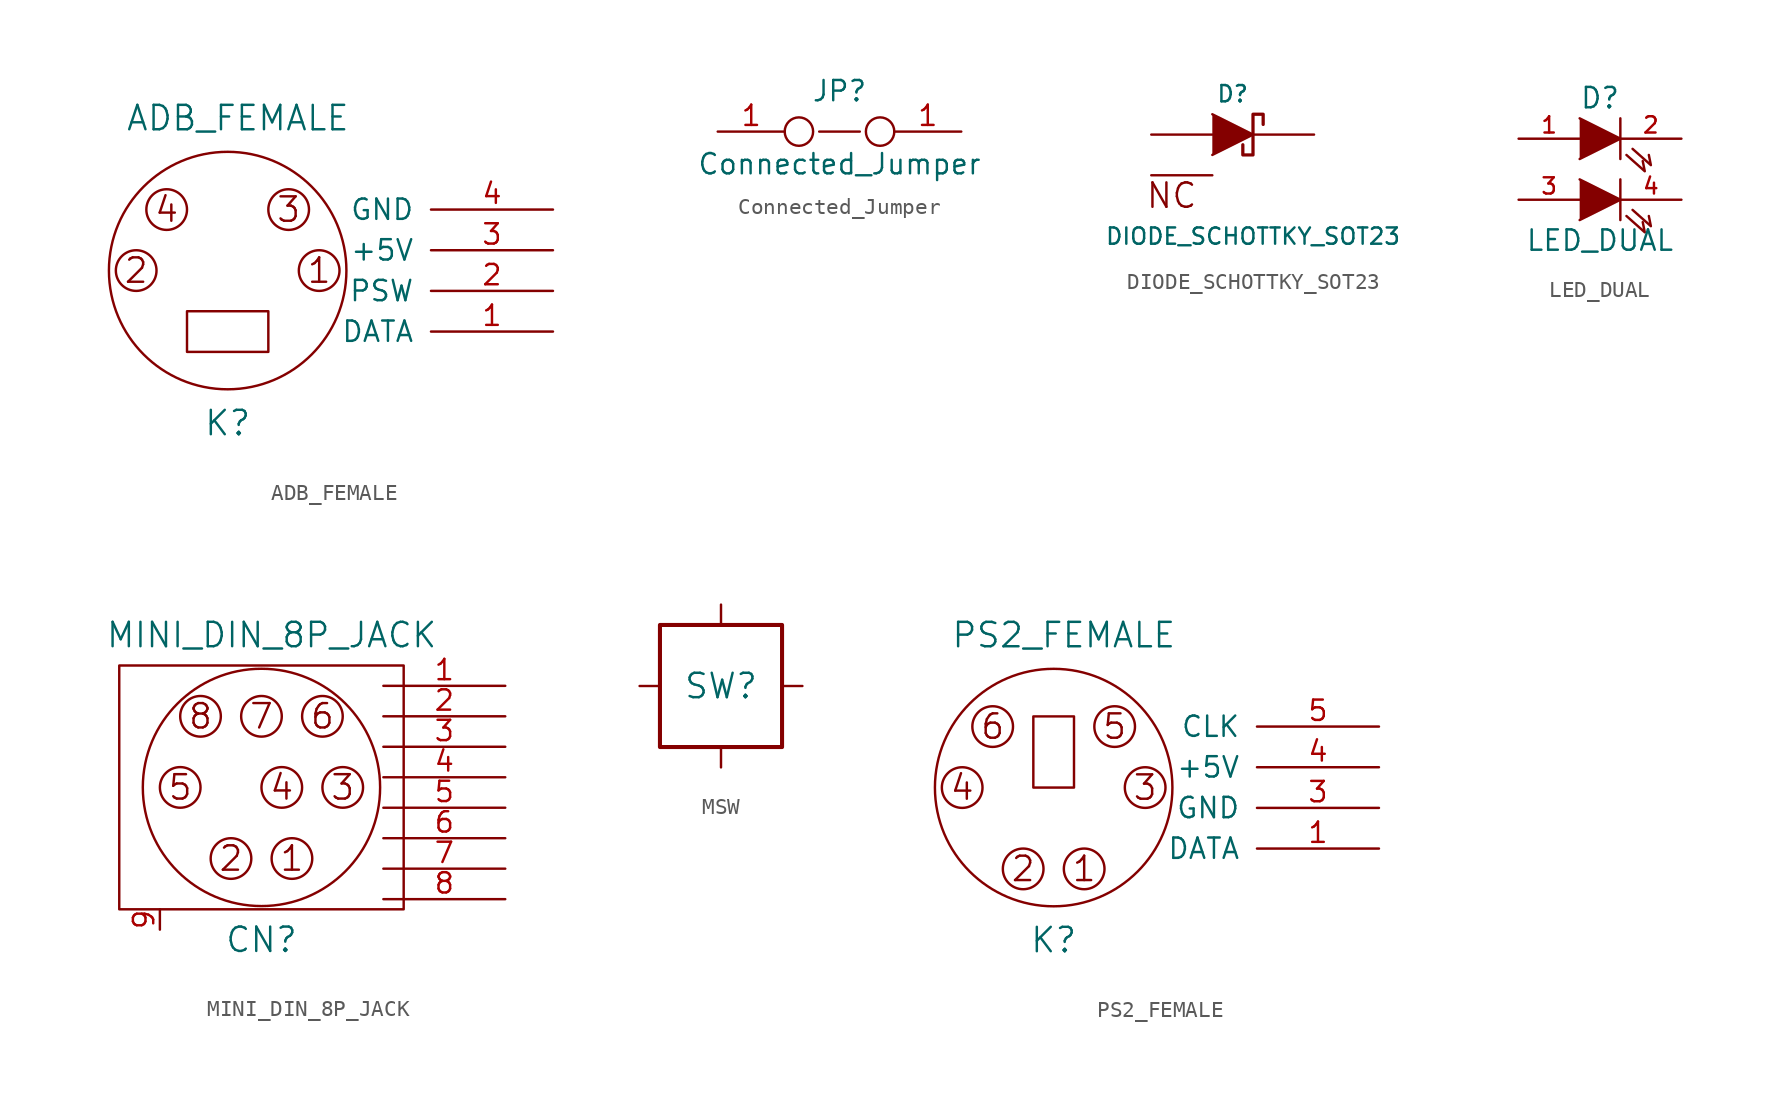
<source format=kicad_sym>
(kicad_symbol_lib
  (version 20211014)
  (generator kicad_symbol_editor)
  (symbol "ADB_FEMALE"
    (pin_names
      (offset 1.016))
    (property "Reference" "K"
      (at 0 -9.525 0)
      (effects (font (size 1.524 1.524))))
    (property "Value" "ADB_FEMALE"
      (at 0.635 9.525 0)
      (effects (font (size 1.524 1.524))))
    (property "Footprint" ""
      (at 0 0 0)
      (effects (font (size 1.524 1.524))))
    (property "Datasheet" ""
      (at 0 0 0)
      (effects (font (size 1.524 1.524))))
    (symbol "ADB_FEMALE_0_0"
      (text "1" (at 5.715 0 0) (effects (font (size 1.524 1.524))))
      (text "2" (at -5.715 0 0) (effects (font (size 1.524 1.524))))
      (text "3" (at 3.81 3.81 0) (effects (font (size 1.524 1.524))))
      (text "4" (at -3.81 3.81 0) (effects (font (size 1.524 1.524)))))
    (symbol "ADB_FEMALE_0_1"
      (circle (center -5.715 0) (radius 1.27) (stroke (width 0) (type default) (color 0 0 0 0)) (fill (type none)))
      (circle (center -3.81 3.81) (radius 1.27) (stroke (width 0) (type default) (color 0 0 0 0)) (fill (type none)))
      (rectangle (start -2.54 -2.54) (end 2.54 -5.08) (stroke (width 0) (type default) (color 0 0 0 0)) (fill (type none)))
      (circle (center 0 0) (radius 7.417) (stroke (width 0) (type default) (color 0 0 0 0)) (fill (type none)))
      (circle (center 3.81 3.81) (radius 1.27) (stroke (width 0) (type default) (color 0 0 0 0)) (fill (type none)))
      (circle (center 5.715 0) (radius 1.27) (stroke (width 0) (type default) (color 0 0 0 0)) (fill (type none))))
    (symbol "ADB_FEMALE_1_1"
      (pin input line (at 20.32 -3.81 180) (length 7.62) (name "DATA" (effects (font (size 1.27 1.27)))) (number "1" (effects (font (size 1.27 1.27)))))
      (pin input line (at 20.32 -1.27 180) (length 7.62) (name "PSW" (effects (font (size 1.27 1.27)))) (number "2" (effects (font (size 1.27 1.27)))))
      (pin input line (at 20.32 1.27 180) (length 7.62) (name "+5V" (effects (font (size 1.27 1.27)))) (number "3" (effects (font (size 1.27 1.27)))))
      (pin power_in line (at 20.32 3.81 180) (length 7.62) (name "GND" (effects (font (size 1.27 1.27)))) (number "4" (effects (font (size 1.27 1.27)))))))
  (symbol "Connected_Jumper"
    (pin_names
      (offset 0.762) hide)
    (property "Reference" "JP"
      (at 0 2.54 0)
      (effects (font (size 1.27 1.27))))
    (property "Value" "Connected_Jumper"
      (at 0 -2.032 0)
      (effects (font (size 1.27 1.27))))
    (symbol "Connected_Jumper_0_1"
      (circle (center -2.54 0) (radius 0.889) (stroke (width 0) (type default) (color 0 0 0 0)) (fill (type none)))
      (polyline (pts (xy -1.27 0) (xy 1.27 0)) (stroke (width 0) (type default) (color 0 0 0 0)) (fill (type none)))
      (circle (center 2.54 0) (radius 0.889) (stroke (width 0) (type default) (color 0 0 0 0)) (fill (type none)))
      (pin passive line (at -7.62 0 0) (length 4.191) (name "1" (effects (font (size 1.27 1.27)))) (number "1" (effects (font (size 1.27 1.27)))))
      (pin passive line (at 7.62 0 180) (length 4.191) (name "1" (effects (font (size 1.27 1.27)))) (number "1" (effects (font (size 1.27 1.27)))))))
  (symbol "DIODE_SCHOTTKY_SOT23"
    (pin_numbers hide)
    (pin_names
      (offset 1.016) hide)
    (property "Reference" "D"
      (at 0 2.54 0)
      (effects (font (size 1.016 1.016))))
    (property "Value" "DIODE_SCHOTTKY_SOT23"
      (at 1.27 -6.35 0)
      (effects (font (size 1.016 1.016))))
    (property "Footprint" ""
      (at 0 0 0)
      (effects (font (size 1.524 1.524))))
    (property "Datasheet" ""
      (at 0 0 0)
      (effects (font (size 1.524 1.524))))
    (symbol "DIODE_SCHOTTKY_SOT23_0_0"
      (text "NC" (at -3.81 -3.81 0) (effects (font (size 1.524 1.524)))))
    (symbol "DIODE_SCHOTTKY_SOT23_0_1"
      (polyline (pts (xy -1.27 1.27) (xy 1.27 0) (xy -1.27 -1.27)) (stroke (width 0) (type default) (color 0 0 0 0)) (fill (type outline)))
      (polyline (pts (xy 1.905 0.635) (xy 1.905 1.27) (xy 1.27 1.27) (xy 1.27 -1.27) (xy 0.635 -1.27) (xy 0.635 -0.635)) (stroke (width 0.203) (type default) (color 0 0 0 0)) (fill (type none))))
    (symbol "DIODE_SCHOTTKY_SOT23_1_1"
      (pin passive line (at -5.08 0 0) (length 3.81) (name "A" (effects (font (size 1.016 1.016)))) (number "1" (effects (font (size 1.016 1.016)))))
      (pin passive line (at -5.08 -2.54 0) (length 3.81) (name "NC" (effects (font (size 1.016 1.016)))) (number "2" (effects (font (size 1.016 1.016)))))
      (pin passive line (at 5.08 0 180) (length 3.81) (name "K" (effects (font (size 1.016 1.016)))) (number "3" (effects (font (size 1.016 1.016)))))))
  (symbol "LED_DUAL"
    (pin_names
      (offset 1.016) hide)
    (property "Reference" "D"
      (at 0 5.08 0)
      (effects (font (size 1.27 1.27))))
    (property "Value" "LED_DUAL"
      (at 0 -3.81 0)
      (effects (font (size 1.27 1.27))))
    (property "Footprint" ""
      (at 0 2.54 0)
      (effects (font (size 1.524 1.524))))
    (property "Datasheet" ""
      (at 0 2.54 0)
      (effects (font (size 1.524 1.524))))
    (symbol "LED_DUAL_0_1"
      (polyline (pts (xy 1.27 0) (xy 1.27 -2.54)) (stroke (width 0) (type default) (color 0 0 0 0)) (fill (type none)))
      (polyline (pts (xy 1.27 3.81) (xy 1.27 1.27)) (stroke (width 0) (type default) (color 0 0 0 0)) (fill (type none)))
      (polyline (pts (xy -1.27 0) (xy 1.27 -1.27) (xy -1.27 -2.54)) (stroke (width 0) (type default) (color 0 0 0 0)) (fill (type outline)))
      (polyline (pts (xy -1.27 3.81) (xy 1.27 2.54) (xy -1.27 1.27)) (stroke (width 0) (type default) (color 0 0 0 0)) (fill (type outline)))
      (polyline (pts (xy 1.651 -2.286) (xy 2.794 -3.302) (xy 2.667 -2.667)) (stroke (width 0) (type default) (color 0 0 0 0)) (fill (type none)))
      (polyline (pts (xy 1.651 1.524) (xy 2.794 0.508) (xy 2.667 1.143)) (stroke (width 0) (type default) (color 0 0 0 0)) (fill (type none)))
      (polyline (pts (xy 2.032 -1.905) (xy 3.175 -2.921) (xy 3.048 -2.286)) (stroke (width 0) (type default) (color 0 0 0 0)) (fill (type none)))
      (polyline (pts (xy 2.032 1.905) (xy 3.175 0.889) (xy 3.048 1.524)) (stroke (width 0) (type default) (color 0 0 0 0)) (fill (type none))))
    (symbol "LED_DUAL_1_1"
      (pin passive line (at -5.08 2.54 0) (length 3.81) (name "A" (effects (font (size 1.016 1.016)))) (number "1" (effects (font (size 1.016 1.016)))))
      (pin passive line (at 5.08 2.54 180) (length 3.81) (name "K" (effects (font (size 1.016 1.016)))) (number "2" (effects (font (size 1.016 1.016)))))
      (pin passive line (at -5.08 -1.27 0) (length 3.81) (name "A" (effects (font (size 1.016 1.016)))) (number "3" (effects (font (size 1.016 1.016)))))
      (pin passive line (at 5.08 -1.27 180) (length 3.81) (name "K" (effects (font (size 1.016 1.016)))) (number "4" (effects (font (size 1.016 1.016)))))))
  (symbol "MINI_DIN_8P_JACK"
    (pin_names
      (offset 0.025) hide)
    (property "Reference" "CN"
      (at 0 -9.525 0)
      (effects (font (size 1.524 1.524))))
    (property "Value" "MINI_DIN_8P_JACK"
      (at 0.635 9.525 0)
      (effects (font (size 1.524 1.524))))
    (property "Footprint" ""
      (at 0 0 0)
      (effects (font (size 1.524 1.524))))
    (property "Datasheet" ""
      (at 0 0 0)
      (effects (font (size 1.524 1.524))))
    (symbol "MINI_DIN_8P_JACK_0_0"
      (text "1" (at 1.905 -4.445 0) (effects (font (size 1.524 1.524))))
      (text "2" (at -1.905 -4.445 0) (effects (font (size 1.524 1.524))))
      (text "3" (at 5.08 0 0) (effects (font (size 1.524 1.524))))
      (text "4" (at 1.27 0 0) (effects (font (size 1.524 1.524))))
      (text "5" (at -5.08 0 0) (effects (font (size 1.524 1.524))))
      (text "6" (at 3.81 4.445 0) (effects (font (size 1.524 1.524))))
      (text "7" (at 0 4.445 0) (effects (font (size 1.524 1.524))))
      (text "8" (at -3.81 4.445 0) (effects (font (size 1.524 1.524)))))
    (symbol "MINI_DIN_8P_JACK_0_1"
      (rectangle (start -8.89 7.62) (end 8.89 -7.62) (stroke (width 0) (type default) (color 0 0 0 0)) (fill (type none)))
      (circle (center -5.08 0) (radius 1.27) (stroke (width 0) (type default) (color 0 0 0 0)) (fill (type none)))
      (circle (center -3.81 4.445) (radius 1.27) (stroke (width 0) (type default) (color 0 0 0 0)) (fill (type none)))
      (circle (center -1.905 -4.445) (radius 1.27) (stroke (width 0) (type default) (color 0 0 0 0)) (fill (type none)))
      (circle (center 0 0) (radius 7.417) (stroke (width 0) (type default) (color 0 0 0 0)) (fill (type none)))
      (circle (center 0 4.445) (radius 1.27) (stroke (width 0) (type default) (color 0 0 0 0)) (fill (type none)))
      (circle (center 1.27 0) (radius 1.27) (stroke (width 0) (type default) (color 0 0 0 0)) (fill (type none)))
      (circle (center 1.905 -4.445) (radius 1.27) (stroke (width 0) (type default) (color 0 0 0 0)) (fill (type none)))
      (circle (center 3.81 4.445) (radius 1.27) (stroke (width 0) (type default) (color 0 0 0 0)) (fill (type none)))
      (circle (center 5.08 0) (radius 1.27) (stroke (width 0) (type default) (color 0 0 0 0)) (fill (type none))))
    (symbol "MINI_DIN_8P_JACK_1_1"
      (pin passive line (at 15.24 6.35 180) (length 7.62) (name "1" (effects (font (size 1.27 1.27)))) (number "1" (effects (font (size 1.27 1.27)))))
      (pin passive line (at 15.24 4.445 180) (length 7.62) (name "2" (effects (font (size 1.27 1.27)))) (number "2" (effects (font (size 1.27 1.27)))))
      (pin passive line (at 15.24 2.54 180) (length 7.62) (name "3" (effects (font (size 1.27 1.27)))) (number "3" (effects (font (size 1.27 1.27)))))
      (pin passive line (at 15.24 0.635 180) (length 7.62) (name "4" (effects (font (size 1.27 1.27)))) (number "4" (effects (font (size 1.27 1.27)))))
      (pin passive line (at 15.24 -1.27 180) (length 7.62) (name "5" (effects (font (size 1.27 1.27)))) (number "5" (effects (font (size 1.27 1.27)))))
      (pin passive line (at 15.24 -3.175 180) (length 7.62) (name "6" (effects (font (size 1.27 1.27)))) (number "6" (effects (font (size 1.27 1.27)))))
      (pin passive line (at 15.24 -5.08 180) (length 7.62) (name "7" (effects (font (size 1.27 1.27)))) (number "7" (effects (font (size 1.27 1.27)))))
      (pin passive line (at 15.24 -6.985 180) (length 7.62) (name "8" (effects (font (size 1.27 1.27)))) (number "8" (effects (font (size 1.27 1.27)))))
      (pin passive line (at -6.35 -8.89 90) (length 1.27) (name "~" (effects (font (size 1.27 1.27)))) (number "9" (effects (font (size 1.27 1.27)))))))
  (symbol "MSW"
    (pin_names
      (offset 1.016))
    (property "Reference" "SW"
      (at 0 0 0)
      (effects (font (size 1.524 1.524))))
    (property "Footprint" ""
      (at 0 0 0)
      (effects (font (size 1.524 1.524))))
    (property "Datasheet" ""
      (at 0 0 0)
      (effects (font (size 1.524 1.524))))
    (symbol "MSW_0_1"
      (rectangle (start -3.81 3.81) (end 3.81 -3.81) (stroke (width 0.254) (type default) (color 0 0 0 0)) (fill (type none))))
    (symbol "MSW_1_1"
      (pin passive line (at 0 5.08 270) (length 1.27) (name "1" (effects (font (size 0 0)))) (number "1" (effects (font (size 0 0)))))
      (pin passive line (at -5.08 0 0) (length 1.27) (name "2" (effects (font (size 0 0)))) (number "2" (effects (font (size 0 0)))))
      (pin passive line (at 5.08 0 180) (length 1.27) (name "2" (effects (font (size 0 0)))) (number "2" (effects (font (size 0 0)))))
      (pin passive line (at 0 -5.08 90) (length 1.27) (name "1" (effects (font (size 0 0)))) (number "~" (effects (font (size 0 0)))))))
  (symbol "PS2_FEMALE"
    (pin_names
      (offset 1.016))
    (property "Reference" "K"
      (at 0 -9.525 0)
      (effects (font (size 1.524 1.524))))
    (property "Value" "PS2_FEMALE"
      (at 0.635 9.525 0)
      (effects (font (size 1.524 1.524))))
    (property "Footprint" ""
      (at 0 0 0)
      (effects (font (size 1.524 1.524))))
    (property "Datasheet" ""
      (at 0 0 0)
      (effects (font (size 1.524 1.524))))
    (symbol "PS2_FEMALE_0_0"
      (text "1" (at 1.905 -5.08 0) (effects (font (size 1.524 1.524))))
      (text "2" (at -1.905 -5.08 0) (effects (font (size 1.524 1.524))))
      (text "3" (at 5.715 0 0) (effects (font (size 1.524 1.524))))
      (text "4" (at -5.715 0 0) (effects (font (size 1.524 1.524))))
      (text "5" (at 3.81 3.81 0) (effects (font (size 1.524 1.524))))
      (text "6" (at -3.81 3.81 0) (effects (font (size 1.524 1.524)))))
    (symbol "PS2_FEMALE_0_1"
      (circle (center -5.715 0) (radius 1.27) (stroke (width 0) (type default) (color 0 0 0 0)) (fill (type none)))
      (circle (center -3.81 3.81) (radius 1.27) (stroke (width 0) (type default) (color 0 0 0 0)) (fill (type none)))
      (circle (center -1.905 -5.08) (radius 1.27) (stroke (width 0) (type default) (color 0 0 0 0)) (fill (type none)))
      (rectangle (start -1.27 4.445) (end 1.27 0) (stroke (width 0) (type default) (color 0 0 0 0)) (fill (type none)))
      (circle (center 0 0) (radius 7.417) (stroke (width 0) (type default) (color 0 0 0 0)) (fill (type none)))
      (circle (center 1.905 -5.08) (radius 1.27) (stroke (width 0) (type default) (color 0 0 0 0)) (fill (type none)))
      (circle (center 3.81 3.81) (radius 1.27) (stroke (width 0) (type default) (color 0 0 0 0)) (fill (type none)))
      (circle (center 5.715 0) (radius 1.27) (stroke (width 0) (type default) (color 0 0 0 0)) (fill (type none))))
    (symbol "PS2_FEMALE_1_1"
      (pin input line (at 20.32 -3.81 180) (length 7.62) (name "DATA" (effects (font (size 1.27 1.27)))) (number "1" (effects (font (size 1.27 1.27)))))
      (pin input line (at 20.32 -1.27 180) (length 7.62) (name "GND" (effects (font (size 1.27 1.27)))) (number "3" (effects (font (size 1.27 1.27)))))
      (pin power_in line (at 20.32 1.27 180) (length 7.62) (name "+5V" (effects (font (size 1.27 1.27)))) (number "4" (effects (font (size 1.27 1.27)))))
      (pin input line (at 20.32 3.81 180) (length 7.62) (name "CLK" (effects (font (size 1.27 1.27)))) (number "5" (effects (font (size 1.27 1.27))))))))
</source>
